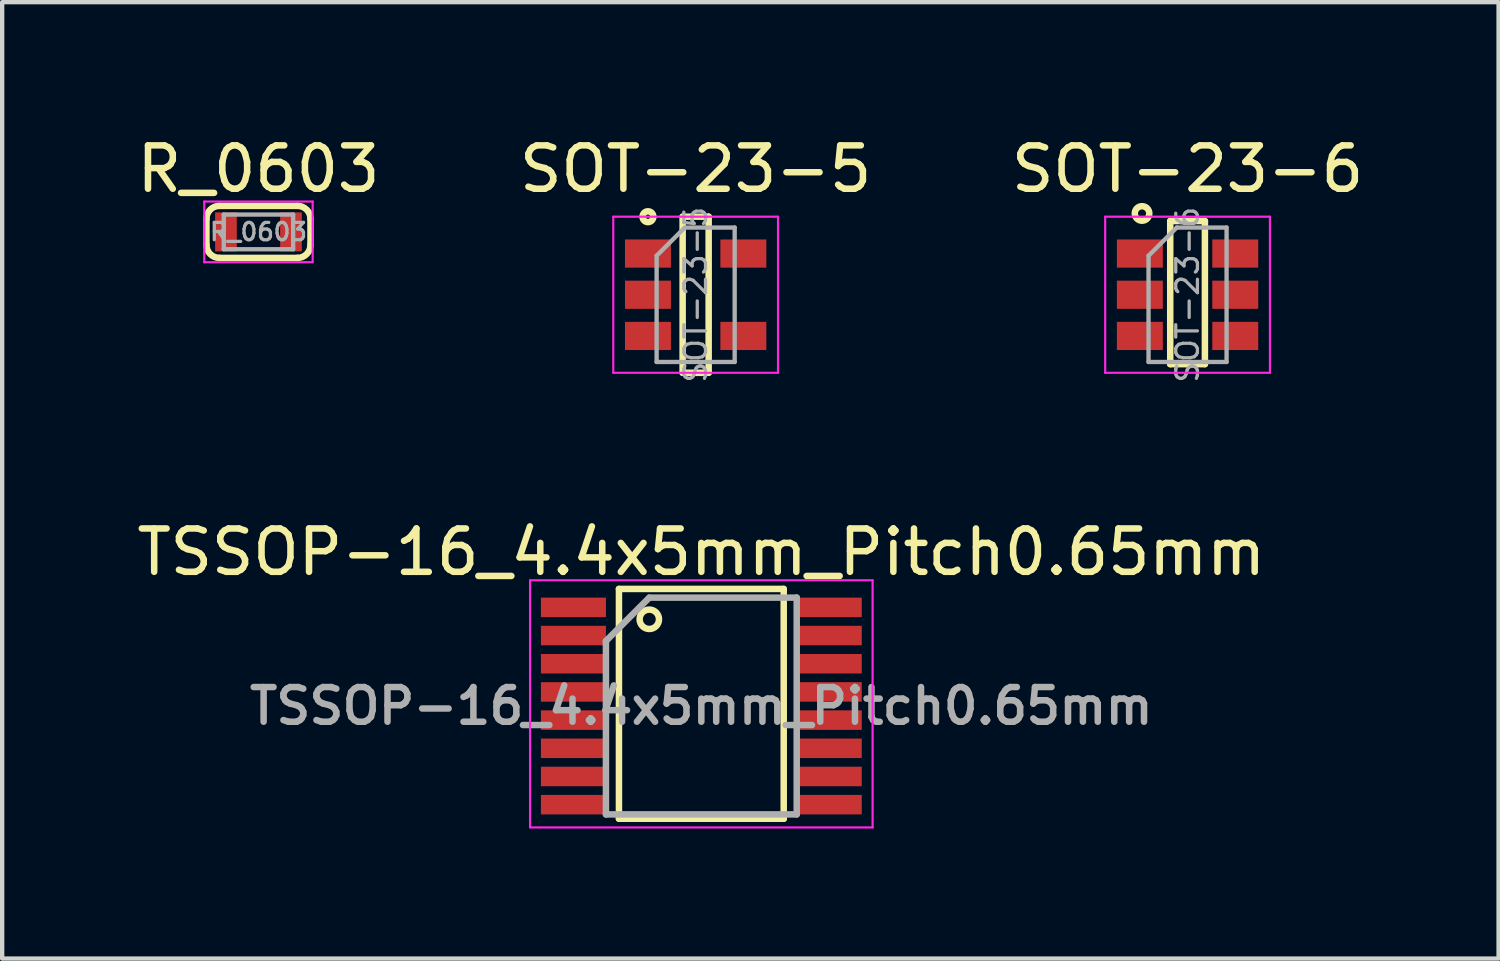
<source format=kicad_pcb>
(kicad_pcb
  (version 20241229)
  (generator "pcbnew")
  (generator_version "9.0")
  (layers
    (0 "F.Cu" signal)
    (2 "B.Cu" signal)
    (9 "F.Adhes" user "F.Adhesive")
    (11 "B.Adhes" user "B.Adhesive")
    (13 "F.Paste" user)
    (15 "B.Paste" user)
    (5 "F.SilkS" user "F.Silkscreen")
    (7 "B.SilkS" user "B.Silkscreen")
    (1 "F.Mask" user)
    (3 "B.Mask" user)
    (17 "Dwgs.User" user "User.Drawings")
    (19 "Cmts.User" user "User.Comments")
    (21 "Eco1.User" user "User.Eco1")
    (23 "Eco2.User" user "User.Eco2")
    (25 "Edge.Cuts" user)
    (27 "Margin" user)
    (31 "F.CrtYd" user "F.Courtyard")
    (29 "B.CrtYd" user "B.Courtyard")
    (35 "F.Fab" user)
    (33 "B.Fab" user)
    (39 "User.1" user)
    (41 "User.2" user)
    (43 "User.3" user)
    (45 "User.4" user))
  (footprint "SOT-23-5"
    (layer "F.Cu")
    (at 12.994 3.748)
    (property "Reference" "SOT-23-5" (at 0 -2.9 0) (layer "F.SilkS") (effects (font (size 1 1) (thickness 0.15))))
    (attr smd)
    (fp_line (start -0.3 -1.8) (end 0.3 -1.8) (stroke (width 0.15) (type solid)) (layer "F.SilkS"))
    (fp_line (start -0.3 1.8) (end -0.3 -1.8) (stroke (width 0.15) (type solid)) (layer "F.SilkS"))
    (fp_line (start 0.3 -1.8) (end 0.3 1.8) (stroke (width 0.15) (type solid)) (layer "F.SilkS"))
    (fp_line (start 0.3 1.8) (end -0.3 1.8) (stroke (width 0.15) (type solid)) (layer "F.SilkS"))
    (fp_circle (center -1.1 -1.8) (end -0.975 -1.8) (stroke (width 0.15) (type solid)) (fill no) (layer "F.SilkS"))
    (fp_line (start -1.9 -1.8) (end 1.9 -1.8) (stroke (width 0.05) (type solid)) (layer "F.CrtYd"))
    (fp_line (start -1.9 1.8) (end -1.9 -1.8) (stroke (width 0.05) (type solid)) (layer "F.CrtYd"))
    (fp_line (start 1.9 -1.8) (end 1.9 1.8) (stroke (width 0.05) (type solid)) (layer "F.CrtYd"))
    (fp_line (start 1.9 1.8) (end -1.9 1.8) (stroke (width 0.05) (type solid)) (layer "F.CrtYd"))
    (fp_line (start -0.9 -0.9) (end -0.9 1.55) (stroke (width 0.1) (type solid)) (layer "F.Fab"))
    (fp_line (start -0.9 -0.9) (end -0.25 -1.55) (stroke (width 0.1) (type solid)) (layer "F.Fab"))
    (fp_line (start 0.9 -1.55) (end -0.25 -1.55) (stroke (width 0.1) (type solid)) (layer "F.Fab"))
    (fp_line (start 0.9 -1.55) (end 0.9 1.55) (stroke (width 0.1) (type solid)) (layer "F.Fab"))
    (fp_line (start 0.9 1.55) (end -0.9 1.55) (stroke (width 0.1) (type solid)) (layer "F.Fab"))
    (fp_text user "${REFERENCE}" (at 0 0 90) (layer "F.Fab") (effects (font (size 0.5 0.5) (thickness 0.075))))
    (pad "1" smd rect (at -1.1 -0.95) (size 1.06 0.65) (layers "F.Cu" "F.Mask" "F.Paste"))
    (pad "2" smd rect (at -1.1 0) (size 1.06 0.65) (layers "F.Cu" "F.Mask" "F.Paste"))
    (pad "3" smd rect (at -1.1 0.95) (size 1.06 0.65) (layers "F.Cu" "F.Mask" "F.Paste"))
    (pad "4" smd rect (at 1.1 0.95) (size 1.06 0.65) (layers "F.Cu" "F.Mask" "F.Paste"))
    (pad "5" smd rect (at 1.1 -0.95) (size 1.06 0.65) (layers "F.Cu" "F.Mask" "F.Paste")))
  (footprint "R_0603"
    (layer "F.Cu")
    (at 2.911 2.298)
    (property "Reference" "R_0603" (at 0 -1.45 0) (layer "F.SilkS") (effects (font (size 1 1) (thickness 0.15))))
    (attr smd)
    (fp_line (start -1.2 0.3) (end -1.2 -0.3) (stroke (width 0.15) (type solid)) (layer "F.SilkS"))
    (fp_line (start -0.9 -0.6) (end 0.9 -0.6) (stroke (width 0.15) (type solid)) (layer "F.SilkS"))
    (fp_line (start 0.9 0.6) (end -0.9 0.6) (stroke (width 0.15) (type solid)) (layer "F.SilkS"))
    (fp_line (start 1.2 -0.3) (end 1.2 0.3) (stroke (width 0.15) (type solid)) (layer "F.SilkS"))
    (fp_arc (start -1.2 -0.3) (mid -1.112132 -0.512132) (end -0.9 -0.6) (stroke (width 0.15) (type solid)) (layer "F.SilkS"))
    (fp_arc (start -0.9 0.6) (mid -1.112132 0.512132) (end -1.2 0.3) (stroke (width 0.15) (type solid)) (layer "F.SilkS"))
    (fp_arc (start 0.9 -0.6) (mid 1.112132 -0.512132) (end 1.2 -0.3) (stroke (width 0.15) (type solid)) (layer "F.SilkS"))
    (fp_arc (start 1.2 0.3) (mid 1.112132 0.512132) (end 0.9 0.6) (stroke (width 0.15) (type solid)) (layer "F.SilkS"))
    (fp_line (start -1.25 -0.7) (end -1.25 0.7) (stroke (width 0.05) (type solid)) (layer "F.CrtYd"))
    (fp_line (start -1.25 -0.7) (end 1.25 -0.7) (stroke (width 0.05) (type solid)) (layer "F.CrtYd"))
    (fp_line (start 1.25 0.7) (end -1.25 0.7) (stroke (width 0.05) (type solid)) (layer "F.CrtYd"))
    (fp_line (start 1.25 0.7) (end 1.25 -0.7) (stroke (width 0.05) (type solid)) (layer "F.CrtYd"))
    (fp_line (start -0.8 -0.4) (end 0.8 -0.4) (stroke (width 0.1) (type solid)) (layer "F.Fab"))
    (fp_line (start -0.8 0.4) (end -0.8 -0.4) (stroke (width 0.1) (type solid)) (layer "F.Fab"))
    (fp_line (start 0.8 -0.4) (end 0.8 0.4) (stroke (width 0.1) (type solid)) (layer "F.Fab"))
    (fp_line (start 0.8 0.4) (end -0.8 0.4) (stroke (width 0.1) (type solid)) (layer "F.Fab"))
    (fp_text user "${REFERENCE}" (at 0 0 0) (layer "F.Fab") (effects (font (size 0.4 0.4) (thickness 0.075))))
    (pad "1" smd rect (at -0.75 0) (size 0.5 0.9) (layers "F.Cu" "F.Mask" "F.Paste"))
    (pad "2" smd rect (at 0.75 0) (size 0.5 0.9) (layers "F.Cu" "F.Mask" "F.Paste")))
  (footprint "SOT-23-6"
    (layer "F.Cu")
    (at 24.339 3.748)
    (property "Reference" "SOT-23-6" (at 0 -2.9 0) (layer "F.SilkS") (effects (font (size 1 1) (thickness 0.15))))
    (attr smd)
    (fp_line (start -0.4 -1.7) (end 0.4 -1.7) (stroke (width 0.15) (type solid)) (layer "F.SilkS"))
    (fp_line (start -0.4 1.6) (end -0.4 -1.7) (stroke (width 0.15) (type solid)) (layer "F.SilkS"))
    (fp_line (start 0.4 -1.7) (end 0.4 1.6) (stroke (width 0.15) (type solid)) (layer "F.SilkS"))
    (fp_line (start 0.4 1.6) (end -0.4 1.6) (stroke (width 0.15) (type solid)) (layer "F.SilkS"))
    (fp_circle (center -1.05 -1.875) (end -0.975 -1.725) (stroke (width 0.15) (type solid)) (fill no) (layer "F.SilkS"))
    (fp_line (start -1.9 -1.8) (end -1.9 1.8) (stroke (width 0.05) (type solid)) (layer "F.CrtYd"))
    (fp_line (start -1.9 1.8) (end 1.9 1.8) (stroke (width 0.05) (type solid)) (layer "F.CrtYd"))
    (fp_line (start 1.9 -1.8) (end -1.9 -1.8) (stroke (width 0.05) (type solid)) (layer "F.CrtYd"))
    (fp_line (start 1.9 1.8) (end 1.9 -1.8) (stroke (width 0.05) (type solid)) (layer "F.CrtYd"))
    (fp_line (start -0.9 -0.9) (end -0.9 1.55) (stroke (width 0.1) (type solid)) (layer "F.Fab"))
    (fp_line (start -0.9 -0.9) (end -0.25 -1.55) (stroke (width 0.1) (type solid)) (layer "F.Fab"))
    (fp_line (start 0.9 -1.55) (end -0.25 -1.55) (stroke (width 0.1) (type solid)) (layer "F.Fab"))
    (fp_line (start 0.9 -1.55) (end 0.9 1.55) (stroke (width 0.1) (type solid)) (layer "F.Fab"))
    (fp_line (start 0.9 1.55) (end -0.9 1.55) (stroke (width 0.1) (type solid)) (layer "F.Fab"))
    (fp_text user "${REFERENCE}" (at 0 0 90) (layer "F.Fab") (effects (font (size 0.5 0.5) (thickness 0.075))))
    (pad "1" smd rect (at -1.1 -0.95) (size 1.06 0.65) (layers "F.Cu" "F.Mask" "F.Paste"))
    (pad "2" smd rect (at -1.1 0) (size 1.06 0.65) (layers "F.Cu" "F.Mask" "F.Paste"))
    (pad "3" smd rect (at -1.1 0.95) (size 1.06 0.65) (layers "F.Cu" "F.Mask" "F.Paste"))
    (pad "4" smd rect (at 1.1 0.95) (size 1.06 0.65) (layers "F.Cu" "F.Mask" "F.Paste"))
    (pad "5" smd rect (at 1.1 0) (size 1.06 0.65) (layers "F.Cu" "F.Mask" "F.Paste"))
    (pad "6" smd rect (at 1.1 -0.95) (size 1.06 0.65) (layers "F.Cu" "F.Mask" "F.Paste")))
  (footprint "TSSOP-16_4.4x5mm_Pitch0.65mm"
    (layer "F.Cu")
    (at 13.125 13.233)
    (property "Reference" "TSSOP-16_4.4x5mm_Pitch0.65mm" (at 0 -3.55 0) (layer "F.SilkS") (effects (font (size 1 1) (thickness 0.15))))
    (attr smd)
    (fp_line (start -1.9 -2.7) (end 1.9 -2.7) (stroke (width 0.15) (type solid)) (layer "F.SilkS"))
    (fp_line (start -1.9 2.6) (end -1.9 -2.7) (stroke (width 0.15) (type solid)) (layer "F.SilkS"))
    (fp_line (start 1.9 -2.7) (end 1.9 2.6) (stroke (width 0.15) (type solid)) (layer "F.SilkS"))
    (fp_line (start 1.9 2.6) (end -1.9 2.6) (stroke (width 0.15) (type solid)) (layer "F.SilkS"))
    (fp_circle (center -1.2 -2) (end -1.1 -1.8) (stroke (width 0.15) (type solid)) (fill no) (layer "F.SilkS"))
    (fp_line (start -3.95 -2.9) (end -3.95 2.8) (stroke (width 0.05) (type solid)) (layer "F.CrtYd"))
    (fp_line (start -3.95 -2.9) (end 3.95 -2.9) (stroke (width 0.05) (type solid)) (layer "F.CrtYd"))
    (fp_line (start -3.95 2.8) (end 3.95 2.8) (stroke (width 0.05) (type solid)) (layer "F.CrtYd"))
    (fp_line (start 3.95 -2.9) (end 3.95 2.8) (stroke (width 0.05) (type solid)) (layer "F.CrtYd"))
    (fp_line (start -2.2 -1.5) (end -1.2 -2.5) (stroke (width 0.15) (type solid)) (layer "F.Fab"))
    (fp_line (start -2.2 2.5) (end -2.2 -1.5) (stroke (width 0.15) (type solid)) (layer "F.Fab"))
    (fp_line (start -1.2 -2.5) (end 2.2 -2.5) (stroke (width 0.15) (type solid)) (layer "F.Fab"))
    (fp_line (start 2.2 -2.5) (end 2.2 2.5) (stroke (width 0.15) (type solid)) (layer "F.Fab"))
    (fp_line (start 2.2 2.5) (end -2.2 2.5) (stroke (width 0.15) (type solid)) (layer "F.Fab"))
    (fp_text user "${REFERENCE}" (at 0 0 0) (layer "F.Fab") (effects (font (size 0.8 0.8) (thickness 0.15))))
    (pad "1" smd rect (at -2.95 -2.275) (size 1.5 0.45) (layers "F.Cu" "F.Mask" "F.Paste"))
    (pad "2" smd rect (at -2.95 -1.625) (size 1.5 0.45) (layers "F.Cu" "F.Mask" "F.Paste"))
    (pad "3" smd rect (at -2.95 -0.975) (size 1.5 0.45) (layers "F.Cu" "F.Mask" "F.Paste"))
    (pad "4" smd rect (at -2.95 -0.325) (size 1.5 0.45) (layers "F.Cu" "F.Mask" "F.Paste"))
    (pad "5" smd rect (at -2.95 0.325) (size 1.5 0.45) (layers "F.Cu" "F.Mask" "F.Paste"))
    (pad "6" smd rect (at -2.95 0.975) (size 1.5 0.45) (layers "F.Cu" "F.Mask" "F.Paste"))
    (pad "7" smd rect (at -2.95 1.625) (size 1.5 0.45) (layers "F.Cu" "F.Mask" "F.Paste"))
    (pad "8" smd rect (at -2.95 2.275) (size 1.5 0.45) (layers "F.Cu" "F.Mask" "F.Paste"))
    (pad "9" smd rect (at 2.95 2.275) (size 1.5 0.45) (layers "F.Cu" "F.Mask" "F.Paste"))
    (pad "10" smd rect (at 2.95 1.625) (size 1.5 0.45) (layers "F.Cu" "F.Mask" "F.Paste"))
    (pad "11" smd rect (at 2.95 0.975) (size 1.5 0.45) (layers "F.Cu" "F.Mask" "F.Paste"))
    (pad "12" smd rect (at 2.95 0.325) (size 1.5 0.45) (layers "F.Cu" "F.Mask" "F.Paste"))
    (pad "13" smd rect (at 2.95 -0.325) (size 1.5 0.45) (layers "F.Cu" "F.Mask" "F.Paste"))
    (pad "14" smd rect (at 2.95 -0.975) (size 1.5 0.45) (layers "F.Cu" "F.Mask" "F.Paste"))
    (pad "15" smd rect (at 2.95 -1.625) (size 1.5 0.45) (layers "F.Cu" "F.Mask" "F.Paste"))
    (pad "16" smd rect (at 2.95 -2.275) (size 1.5 0.45) (layers "F.Cu" "F.Mask" "F.Paste")))
  (gr_rect
    (start -3 -3)
    (end 31.512 19.058)
    (stroke (width 0.1) (type default))
    (fill no)
    (layer "Edge.Cuts")))
</source>
